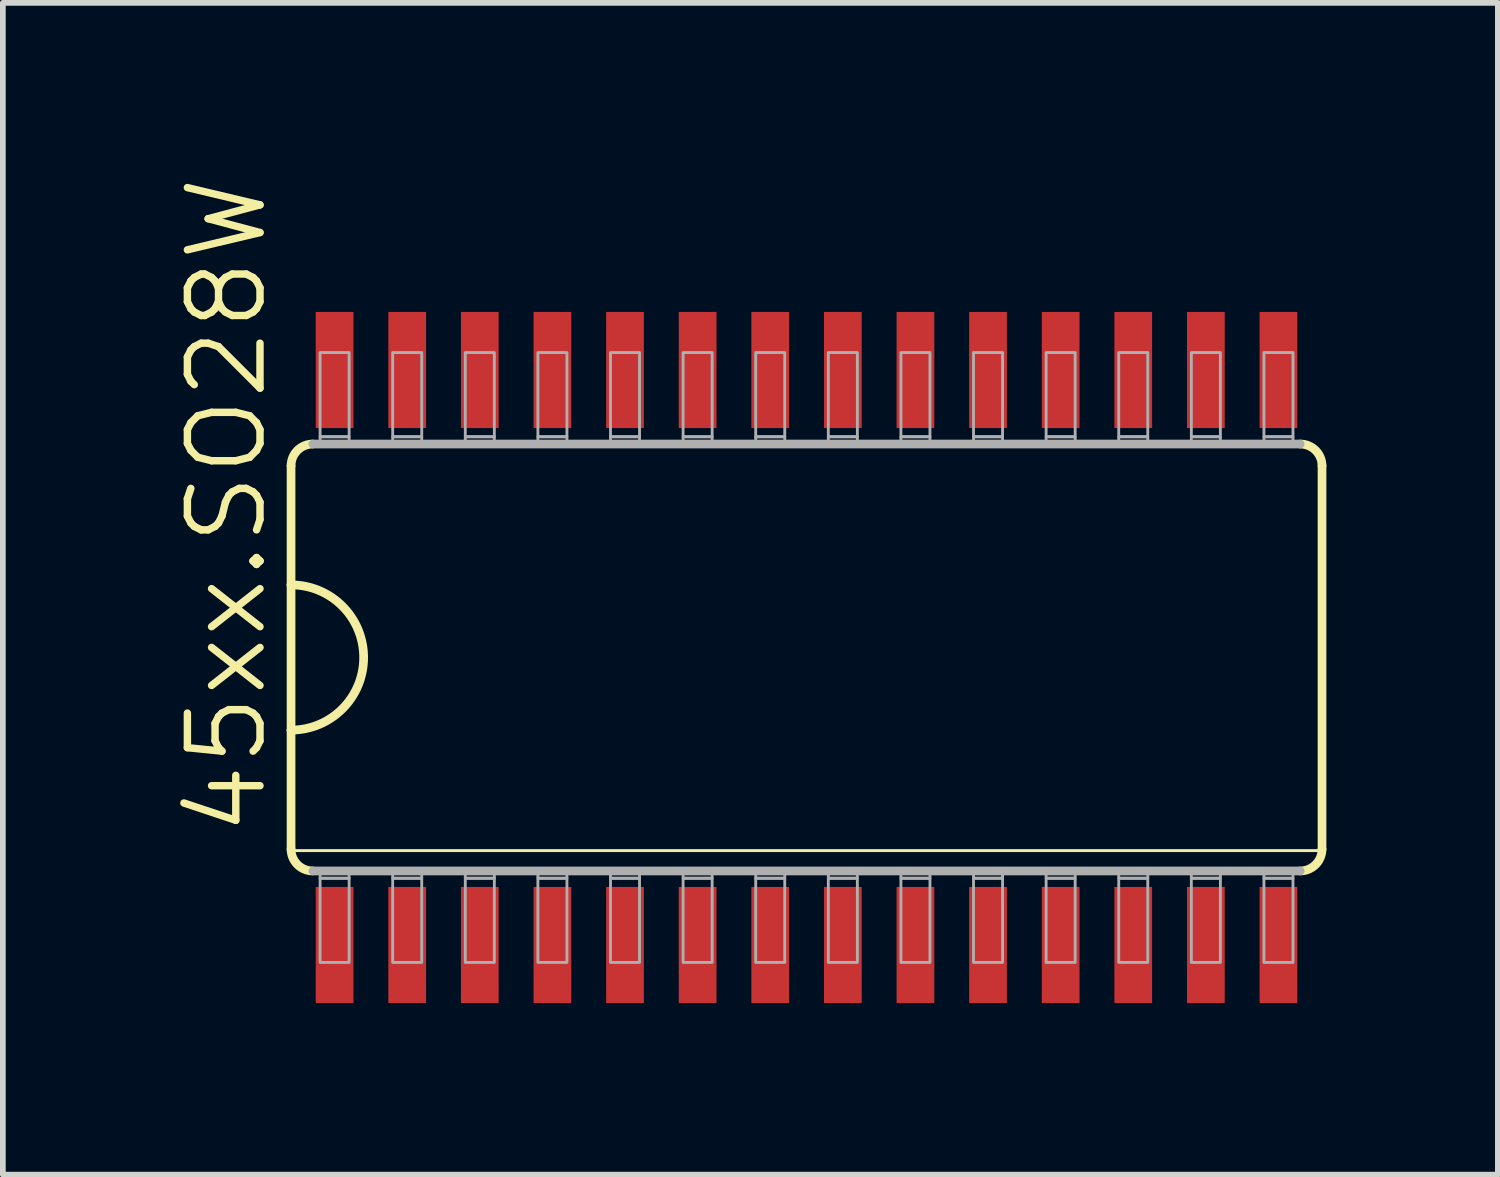
<source format=kicad_pcb>
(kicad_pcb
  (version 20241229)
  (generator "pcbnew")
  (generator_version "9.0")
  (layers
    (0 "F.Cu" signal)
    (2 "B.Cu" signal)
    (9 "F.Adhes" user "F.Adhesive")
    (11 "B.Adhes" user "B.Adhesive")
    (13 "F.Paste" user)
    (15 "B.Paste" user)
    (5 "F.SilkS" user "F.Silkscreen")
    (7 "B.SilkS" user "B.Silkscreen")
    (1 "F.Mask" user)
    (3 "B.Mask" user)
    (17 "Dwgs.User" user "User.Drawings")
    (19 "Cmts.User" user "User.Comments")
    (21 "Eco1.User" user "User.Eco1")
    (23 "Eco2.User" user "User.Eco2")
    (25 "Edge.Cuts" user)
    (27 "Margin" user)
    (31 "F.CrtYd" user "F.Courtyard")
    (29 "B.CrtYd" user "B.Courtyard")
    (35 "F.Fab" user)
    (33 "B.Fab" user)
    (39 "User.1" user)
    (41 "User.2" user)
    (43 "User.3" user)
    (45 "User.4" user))
  (footprint "45xx.SO28W"
    (layer "F.Cu")
    (at 11.058 8.451)
    (property "Reference" "45xx.SO28W" (at -9.398 3.175 90) (layer "F.SilkS") (effects (font (size 1.27 1.27) (thickness 0.13)) (justify left bottom)))
    (attr smd)
    (fp_line (start -9.017 -3.353) (end -9.017 -1.27) (stroke (width 0.152) (type default)) (layer "F.SilkS"))
    (fp_line (start -9.017 -1.27) (end -9.017 1.27) (stroke (width 0.152) (type default)) (layer "F.SilkS"))
    (fp_line (start -9.017 1.27) (end -9.017 3.353) (stroke (width 0.152) (type default)) (layer "F.SilkS"))
    (fp_line (start -9.017 3.378) (end 9.017 3.378) (stroke (width 0.051) (type default)) (layer "F.SilkS"))
    (fp_line (start 9.017 3.353) (end 9.017 -3.353) (stroke (width 0.152) (type default)) (layer "F.SilkS"))
    (fp_arc (start -9.017 -3.3528) (mid -8.905408 -3.622208) (end -8.636 -3.7338) (stroke (width 0.1524) (type default)) (layer "F.SilkS"))
    (fp_arc (start -9.017 -1.27) (mid -7.747 0) (end -9.017 1.27) (stroke (width 0.1524) (type default)) (layer "F.SilkS"))
    (fp_arc (start -8.636 3.7338) (mid -8.905408 3.622208) (end -9.017 3.3528) (stroke (width 0.1524) (type default)) (layer "F.SilkS"))
    (fp_arc (start 8.636 -3.7338) (mid 8.905408 -3.622208) (end 9.017 -3.3528) (stroke (width 0.1524) (type default)) (layer "F.SilkS"))
    (fp_arc (start 9.017 3.3528) (mid 8.905408 3.622208) (end 8.636 3.7338) (stroke (width 0.1524) (type default)) (layer "F.SilkS"))
    (fp_line (start -8.636 3.734) (end 8.636 3.734) (stroke (width 0.152) (type default)) (layer "F.Fab"))
    (fp_line (start 8.636 -3.734) (end -8.636 -3.734) (stroke (width 0.152) (type default)) (layer "F.Fab"))
    (fp_rect (start -8.509 -3.861) (end -8.001 -5.334) (stroke (width 0.05) (type default)) (fill no) (layer "F.Fab"))
    (fp_rect (start -8.509 -3.734) (end -8.001 -3.861) (stroke (width 0.05) (type default)) (fill no) (layer "F.Fab"))
    (fp_rect (start -8.509 3.861) (end -8.001 3.734) (stroke (width 0.05) (type default)) (fill no) (layer "F.Fab"))
    (fp_rect (start -8.509 5.334) (end -8.001 3.861) (stroke (width 0.05) (type default)) (fill no) (layer "F.Fab"))
    (fp_rect (start -7.239 -3.861) (end -6.731 -5.334) (stroke (width 0.05) (type default)) (fill no) (layer "F.Fab"))
    (fp_rect (start -7.239 -3.734) (end -6.731 -3.861) (stroke (width 0.05) (type default)) (fill no) (layer "F.Fab"))
    (fp_rect (start -7.239 3.861) (end -6.731 3.734) (stroke (width 0.05) (type default)) (fill no) (layer "F.Fab"))
    (fp_rect (start -7.239 5.334) (end -6.731 3.861) (stroke (width 0.05) (type default)) (fill no) (layer "F.Fab"))
    (fp_rect (start -5.969 -3.861) (end -5.461 -5.334) (stroke (width 0.05) (type default)) (fill no) (layer "F.Fab"))
    (fp_rect (start -5.969 -3.734) (end -5.461 -3.861) (stroke (width 0.05) (type default)) (fill no) (layer "F.Fab"))
    (fp_rect (start -5.969 3.861) (end -5.461 3.734) (stroke (width 0.05) (type default)) (fill no) (layer "F.Fab"))
    (fp_rect (start -5.969 5.334) (end -5.461 3.861) (stroke (width 0.05) (type default)) (fill no) (layer "F.Fab"))
    (fp_rect (start -4.699 -3.861) (end -4.191 -5.334) (stroke (width 0.05) (type default)) (fill no) (layer "F.Fab"))
    (fp_rect (start -4.699 -3.734) (end -4.191 -3.861) (stroke (width 0.05) (type default)) (fill no) (layer "F.Fab"))
    (fp_rect (start -4.699 3.861) (end -4.191 3.734) (stroke (width 0.05) (type default)) (fill no) (layer "F.Fab"))
    (fp_rect (start -4.699 5.334) (end -4.191 3.861) (stroke (width 0.05) (type default)) (fill no) (layer "F.Fab"))
    (fp_rect (start -3.429 -3.861) (end -2.921 -5.334) (stroke (width 0.05) (type default)) (fill no) (layer "F.Fab"))
    (fp_rect (start -3.429 -3.734) (end -2.921 -3.861) (stroke (width 0.05) (type default)) (fill no) (layer "F.Fab"))
    (fp_rect (start -3.429 3.861) (end -2.921 3.734) (stroke (width 0.05) (type default)) (fill no) (layer "F.Fab"))
    (fp_rect (start -3.429 5.334) (end -2.921 3.861) (stroke (width 0.05) (type default)) (fill no) (layer "F.Fab"))
    (fp_rect (start -2.159 -3.861) (end -1.651 -5.334) (stroke (width 0.05) (type default)) (fill no) (layer "F.Fab"))
    (fp_rect (start -2.159 -3.734) (end -1.651 -3.861) (stroke (width 0.05) (type default)) (fill no) (layer "F.Fab"))
    (fp_rect (start -2.159 3.861) (end -1.651 3.734) (stroke (width 0.05) (type default)) (fill no) (layer "F.Fab"))
    (fp_rect (start -2.159 5.334) (end -1.651 3.861) (stroke (width 0.05) (type default)) (fill no) (layer "F.Fab"))
    (fp_rect (start -0.889 -3.861) (end -0.381 -5.334) (stroke (width 0.05) (type default)) (fill no) (layer "F.Fab"))
    (fp_rect (start -0.889 -3.734) (end -0.381 -3.861) (stroke (width 0.05) (type default)) (fill no) (layer "F.Fab"))
    (fp_rect (start -0.889 3.861) (end -0.381 3.734) (stroke (width 0.05) (type default)) (fill no) (layer "F.Fab"))
    (fp_rect (start -0.889 5.334) (end -0.381 3.861) (stroke (width 0.05) (type default)) (fill no) (layer "F.Fab"))
    (fp_rect (start 0.381 -3.861) (end 0.889 -5.334) (stroke (width 0.05) (type default)) (fill no) (layer "F.Fab"))
    (fp_rect (start 0.381 -3.734) (end 0.889 -3.861) (stroke (width 0.05) (type default)) (fill no) (layer "F.Fab"))
    (fp_rect (start 0.381 3.861) (end 0.889 3.734) (stroke (width 0.05) (type default)) (fill no) (layer "F.Fab"))
    (fp_rect (start 0.381 5.334) (end 0.889 3.861) (stroke (width 0.05) (type default)) (fill no) (layer "F.Fab"))
    (fp_rect (start 1.651 -3.861) (end 2.159 -5.334) (stroke (width 0.05) (type default)) (fill no) (layer "F.Fab"))
    (fp_rect (start 1.651 -3.734) (end 2.159 -3.861) (stroke (width 0.05) (type default)) (fill no) (layer "F.Fab"))
    (fp_rect (start 1.651 3.861) (end 2.159 3.734) (stroke (width 0.05) (type default)) (fill no) (layer "F.Fab"))
    (fp_rect (start 1.651 5.334) (end 2.159 3.861) (stroke (width 0.05) (type default)) (fill no) (layer "F.Fab"))
    (fp_rect (start 2.921 -3.861) (end 3.429 -5.334) (stroke (width 0.05) (type default)) (fill no) (layer "F.Fab"))
    (fp_rect (start 2.921 -3.734) (end 3.429 -3.861) (stroke (width 0.05) (type default)) (fill no) (layer "F.Fab"))
    (fp_rect (start 2.921 3.861) (end 3.429 3.734) (stroke (width 0.05) (type default)) (fill no) (layer "F.Fab"))
    (fp_rect (start 2.921 5.334) (end 3.429 3.861) (stroke (width 0.05) (type default)) (fill no) (layer "F.Fab"))
    (fp_rect (start 4.191 -3.861) (end 4.699 -5.334) (stroke (width 0.05) (type default)) (fill no) (layer "F.Fab"))
    (fp_rect (start 4.191 -3.734) (end 4.699 -3.861) (stroke (width 0.05) (type default)) (fill no) (layer "F.Fab"))
    (fp_rect (start 4.191 3.861) (end 4.699 3.734) (stroke (width 0.05) (type default)) (fill no) (layer "F.Fab"))
    (fp_rect (start 4.191 5.334) (end 4.699 3.861) (stroke (width 0.05) (type default)) (fill no) (layer "F.Fab"))
    (fp_rect (start 5.461 -3.861) (end 5.969 -5.334) (stroke (width 0.05) (type default)) (fill no) (layer "F.Fab"))
    (fp_rect (start 5.461 -3.734) (end 5.969 -3.861) (stroke (width 0.05) (type default)) (fill no) (layer "F.Fab"))
    (fp_rect (start 5.461 3.861) (end 5.969 3.734) (stroke (width 0.05) (type default)) (fill no) (layer "F.Fab"))
    (fp_rect (start 5.461 5.334) (end 5.969 3.861) (stroke (width 0.05) (type default)) (fill no) (layer "F.Fab"))
    (fp_rect (start 6.731 -3.861) (end 7.239 -5.334) (stroke (width 0.05) (type default)) (fill no) (layer "F.Fab"))
    (fp_rect (start 6.731 -3.734) (end 7.239 -3.861) (stroke (width 0.05) (type default)) (fill no) (layer "F.Fab"))
    (fp_rect (start 6.731 3.861) (end 7.239 3.734) (stroke (width 0.05) (type default)) (fill no) (layer "F.Fab"))
    (fp_rect (start 6.731 5.334) (end 7.239 3.861) (stroke (width 0.05) (type default)) (fill no) (layer "F.Fab"))
    (fp_rect (start 8.001 -3.861) (end 8.509 -5.334) (stroke (width 0.05) (type default)) (fill no) (layer "F.Fab"))
    (fp_rect (start 8.001 -3.734) (end 8.509 -3.861) (stroke (width 0.05) (type default)) (fill no) (layer "F.Fab"))
    (fp_rect (start 8.001 3.861) (end 8.509 3.734) (stroke (width 0.05) (type default)) (fill no) (layer "F.Fab"))
    (fp_rect (start 8.001 5.334) (end 8.509 3.861) (stroke (width 0.05) (type default)) (fill no) (layer "F.Fab"))
    (pad "1" smd roundrect (at -8.255 5.029) (size 0.66 2.032) (layers "F.Cu" "F.Mask" "F.Paste") (roundrect_rratio 0.01))
    (pad "2" smd roundrect (at -6.985 5.029) (size 0.66 2.032) (layers "F.Cu" "F.Mask" "F.Paste") (roundrect_rratio 0.01))
    (pad "3" smd roundrect (at -5.715 5.029) (size 0.66 2.032) (layers "F.Cu" "F.Mask" "F.Paste") (roundrect_rratio 0.01))
    (pad "4" smd roundrect (at -4.445 5.029) (size 0.66 2.032) (layers "F.Cu" "F.Mask" "F.Paste") (roundrect_rratio 0.01))
    (pad "5" smd roundrect (at -3.175 5.029) (size 0.66 2.032) (layers "F.Cu" "F.Mask" "F.Paste") (roundrect_rratio 0.01))
    (pad "6" smd roundrect (at -1.905 5.029) (size 0.66 2.032) (layers "F.Cu" "F.Mask" "F.Paste") (roundrect_rratio 0.01))
    (pad "7" smd roundrect (at -0.635 5.029) (size 0.66 2.032) (layers "F.Cu" "F.Mask" "F.Paste") (roundrect_rratio 0.01))
    (pad "8" smd roundrect (at 0.635 5.029) (size 0.66 2.032) (layers "F.Cu" "F.Mask" "F.Paste") (roundrect_rratio 0.01))
    (pad "9" smd roundrect (at 1.905 5.029) (size 0.66 2.032) (layers "F.Cu" "F.Mask" "F.Paste") (roundrect_rratio 0.01))
    (pad "10" smd roundrect (at 3.175 5.029) (size 0.66 2.032) (layers "F.Cu" "F.Mask" "F.Paste") (roundrect_rratio 0.01))
    (pad "11" smd roundrect (at 4.445 5.029) (size 0.66 2.032) (layers "F.Cu" "F.Mask" "F.Paste") (roundrect_rratio 0.01))
    (pad "12" smd roundrect (at 5.715 5.029) (size 0.66 2.032) (layers "F.Cu" "F.Mask" "F.Paste") (roundrect_rratio 0.01))
    (pad "13" smd roundrect (at 6.985 5.029) (size 0.66 2.032) (layers "F.Cu" "F.Mask" "F.Paste") (roundrect_rratio 0.01))
    (pad "14" smd roundrect (at 8.255 5.029) (size 0.66 2.032) (layers "F.Cu" "F.Mask" "F.Paste") (roundrect_rratio 0.01))
    (pad "15" smd roundrect (at 8.255 -5.029) (size 0.66 2.032) (layers "F.Cu" "F.Mask" "F.Paste") (roundrect_rratio 0.01))
    (pad "16" smd roundrect (at 6.985 -5.029) (size 0.66 2.032) (layers "F.Cu" "F.Mask" "F.Paste") (roundrect_rratio 0.01))
    (pad "17" smd roundrect (at 5.715 -5.029) (size 0.66 2.032) (layers "F.Cu" "F.Mask" "F.Paste") (roundrect_rratio 0.01))
    (pad "18" smd roundrect (at 4.445 -5.029) (size 0.66 2.032) (layers "F.Cu" "F.Mask" "F.Paste") (roundrect_rratio 0.01))
    (pad "19" smd roundrect (at 3.175 -5.029) (size 0.66 2.032) (layers "F.Cu" "F.Mask" "F.Paste") (roundrect_rratio 0.01))
    (pad "20" smd roundrect (at 1.905 -5.029) (size 0.66 2.032) (layers "F.Cu" "F.Mask" "F.Paste") (roundrect_rratio 0.01))
    (pad "21" smd roundrect (at 0.635 -5.029) (size 0.66 2.032) (layers "F.Cu" "F.Mask" "F.Paste") (roundrect_rratio 0.01))
    (pad "22" smd roundrect (at -0.635 -5.029) (size 0.66 2.032) (layers "F.Cu" "F.Mask" "F.Paste") (roundrect_rratio 0.01))
    (pad "23" smd roundrect (at -1.905 -5.029) (size 0.66 2.032) (layers "F.Cu" "F.Mask" "F.Paste") (roundrect_rratio 0.01))
    (pad "24" smd roundrect (at -3.175 -5.029) (size 0.66 2.032) (layers "F.Cu" "F.Mask" "F.Paste") (roundrect_rratio 0.01))
    (pad "25" smd roundrect (at -4.445 -5.029) (size 0.66 2.032) (layers "F.Cu" "F.Mask" "F.Paste") (roundrect_rratio 0.01))
    (pad "26" smd roundrect (at -5.715 -5.029) (size 0.66 2.032) (layers "F.Cu" "F.Mask" "F.Paste") (roundrect_rratio 0.01))
    (pad "27" smd roundrect (at -6.985 -5.029) (size 0.66 2.032) (layers "F.Cu" "F.Mask" "F.Paste") (roundrect_rratio 0.01))
    (pad "28" smd roundrect (at -8.255 -5.029) (size 0.66 2.032) (layers "F.Cu" "F.Mask" "F.Paste") (roundrect_rratio 0.01)))
  (gr_rect
    (start -3 -3)
    (end 23.151 17.497)
    (stroke (width 0.1) (type default))
    (fill no)
    (layer "Edge.Cuts")))
</source>
